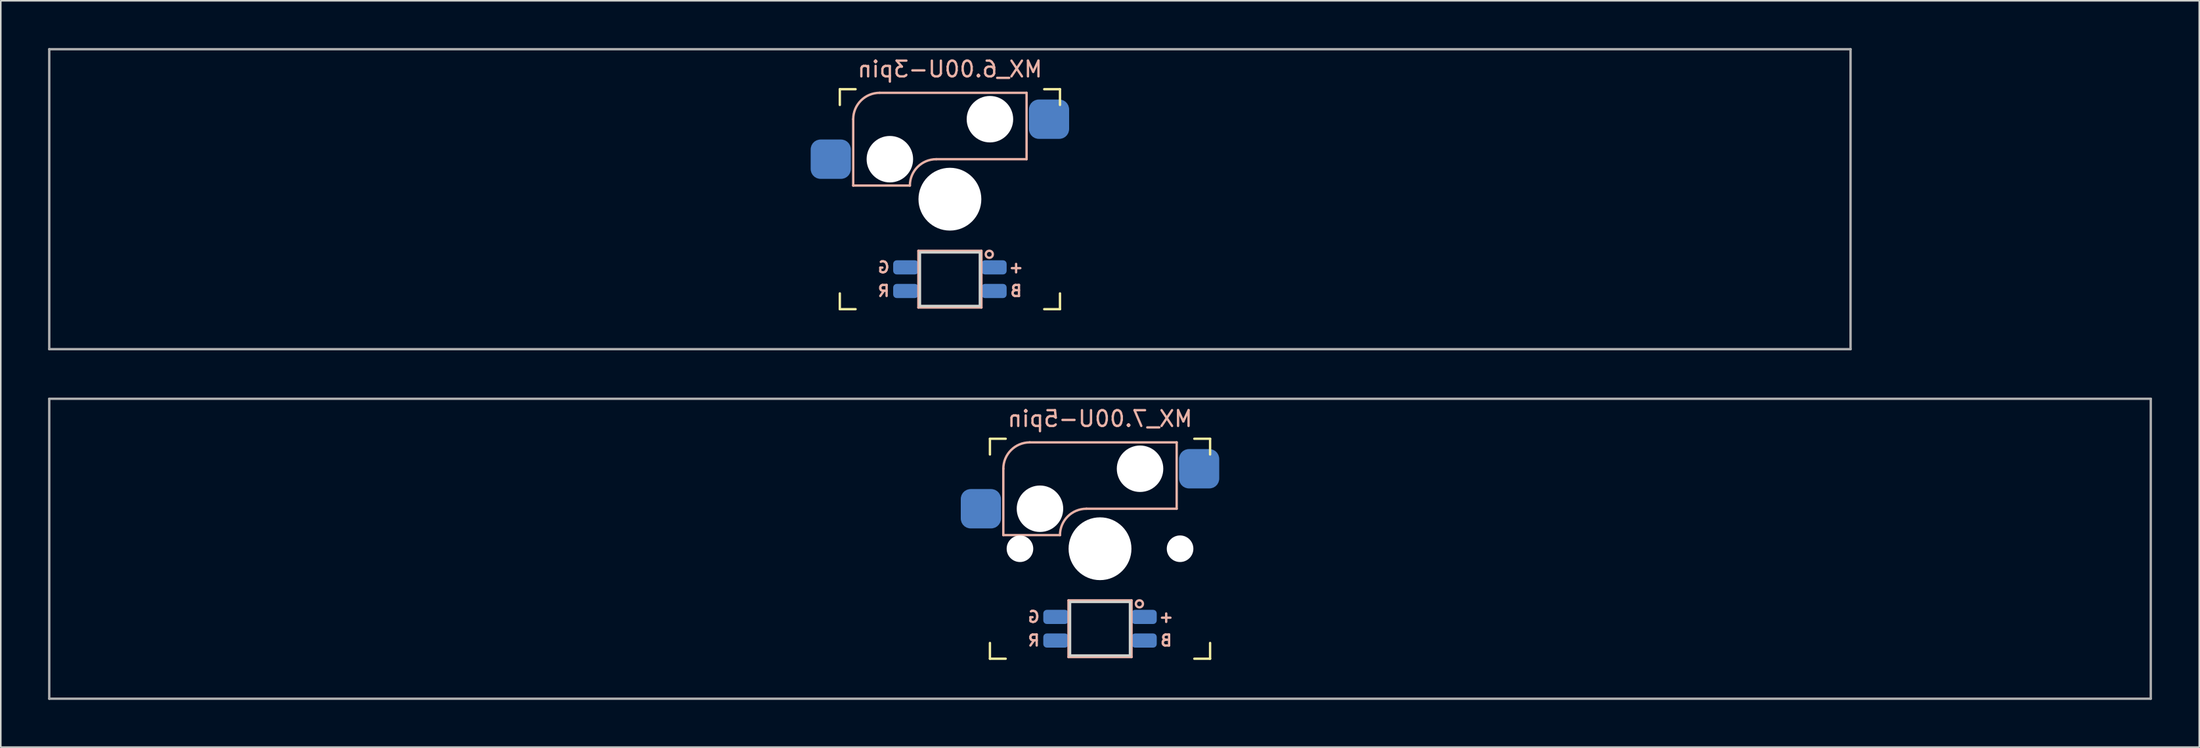
<source format=kicad_pcb>
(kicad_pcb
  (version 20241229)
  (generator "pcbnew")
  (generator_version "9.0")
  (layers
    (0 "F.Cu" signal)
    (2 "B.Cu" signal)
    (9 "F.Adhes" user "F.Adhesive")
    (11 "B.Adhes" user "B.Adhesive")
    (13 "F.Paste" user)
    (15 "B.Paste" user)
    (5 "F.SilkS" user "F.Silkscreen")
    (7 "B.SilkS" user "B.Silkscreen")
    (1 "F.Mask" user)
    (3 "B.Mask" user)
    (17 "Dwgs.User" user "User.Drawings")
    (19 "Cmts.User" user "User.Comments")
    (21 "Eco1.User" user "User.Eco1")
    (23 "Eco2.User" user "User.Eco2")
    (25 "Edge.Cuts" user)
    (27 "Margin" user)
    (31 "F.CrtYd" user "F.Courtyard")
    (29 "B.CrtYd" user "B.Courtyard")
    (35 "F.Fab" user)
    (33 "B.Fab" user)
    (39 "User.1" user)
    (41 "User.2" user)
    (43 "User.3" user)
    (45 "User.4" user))
  (footprint "MX_6.00U-3pin"
    (layer "F.Cu")
    (at 57.225 9.6)
    (property "Reference" "MX_6.00U-3pin" (at 0 -8.255 0) (layer "B.SilkS") (effects (font (size 1 1) (thickness 0.15)) (justify mirror)))
    (attr smd)
    (fp_line (start -6.985 -5.985) (end -6.985 -6.985) (stroke (width 0.15) (type solid)) (layer "F.SilkS"))
    (fp_line (start -6.985 6.985) (end -6.985 5.985) (stroke (width 0.15) (type solid)) (layer "F.SilkS"))
    (fp_line (start -6.985 6.985) (end -5.985 6.985) (stroke (width 0.15) (type solid)) (layer "F.SilkS"))
    (fp_line (start -5.985 -6.985) (end -6.985 -6.985) (stroke (width 0.15) (type solid)) (layer "F.SilkS"))
    (fp_line (start 5.985 6.985) (end 6.985 6.985) (stroke (width 0.15) (type solid)) (layer "F.SilkS"))
    (fp_line (start 6.985 -6.985) (end 5.985 -6.985) (stroke (width 0.15) (type solid)) (layer "F.SilkS"))
    (fp_line (start 6.985 -6.985) (end 6.985 -5.985) (stroke (width 0.15) (type solid)) (layer "F.SilkS"))
    (fp_line (start 6.985 5.985) (end 6.985 6.985) (stroke (width 0.15) (type solid)) (layer "F.SilkS"))
    (fp_line (start -6.135 -5.08) (end -6.135 -0.865) (stroke (width 0.15) (type solid)) (layer "B.SilkS"))
    (fp_line (start -6.135 -0.865) (end -2.54 -0.865) (stroke (width 0.15) (type solid)) (layer "B.SilkS"))
    (fp_line (start -4.46 -6.755) (end 4.865 -6.755) (stroke (width 0.15) (type solid)) (layer "B.SilkS"))
    (fp_line (start -2 3.28) (end -2 6.88) (stroke (width 0.15) (type solid)) (layer "B.SilkS"))
    (fp_line (start -2 6.88) (end 2 6.88) (stroke (width 0.15) (type solid)) (layer "B.SilkS"))
    (fp_line (start -0.865 -2.54) (end 4.865 -2.54) (stroke (width 0.15) (type solid)) (layer "B.SilkS"))
    (fp_line (start 2 3.28) (end -2 3.28) (stroke (width 0.15) (type solid)) (layer "B.SilkS"))
    (fp_line (start 2 6.88) (end 2 3.28) (stroke (width 0.15) (type solid)) (layer "B.SilkS"))
    (fp_line (start 4.865 -6.755) (end 4.865 -2.54) (stroke (width 0.15) (type solid)) (layer "B.SilkS"))
    (fp_arc (start -6.135 -5.08) (mid -5.644404 -6.264404) (end -4.46 -6.755) (stroke (width 0.15) (type solid)) (layer "B.SilkS"))
    (fp_arc (start -2.54 -0.865) (mid -2.049404 -2.049404) (end -0.865 -2.54) (stroke (width 0.15) (type solid)) (layer "B.SilkS"))
    (fp_circle (center 2.5 3.5) (end 2.724 3.5) (stroke (width 0.15) (type solid)) (fill no) (layer "B.SilkS"))
    (fp_line (start -6.985 6.985) (end -6.985 -6.985) (stroke (width 0.15) (type solid)) (layer "Eco2.User"))
    (fp_line (start -6.985 6.985) (end 6.985 6.985) (stroke (width 0.15) (type solid)) (layer "Eco2.User"))
    (fp_line (start 6.985 -6.985) (end -6.985 -6.985) (stroke (width 0.15) (type solid)) (layer "Eco2.User"))
    (fp_line (start 6.985 -6.985) (end 6.985 6.985) (stroke (width 0.15) (type solid)) (layer "Eco2.User"))
    (fp_line (start -1.9 3.38) (end -1.9 6.78) (stroke (width 0.15) (type solid)) (layer "Edge.Cuts"))
    (fp_line (start -1.9 3.38) (end 1.9 3.38) (stroke (width 0.15) (type solid)) (layer "Edge.Cuts"))
    (fp_line (start -1.9 6.78) (end 1.9 6.78) (stroke (width 0.15) (type solid)) (layer "Edge.Cuts"))
    (fp_line (start 1.9 3.38) (end 1.9 6.78) (stroke (width 0.15) (type solid)) (layer "Edge.Cuts"))
    (fp_line (start -57.15 -9.525) (end 57.15 -9.525) (stroke (width 0.15) (type solid)) (layer "F.Fab"))
    (fp_line (start -57.15 9.525) (end -57.15 -9.525) (stroke (width 0.15) (type solid)) (layer "F.Fab"))
    (fp_line (start 57.15 -9.525) (end 57.15 9.525) (stroke (width 0.15) (type solid)) (layer "F.Fab"))
    (fp_line (start 57.15 9.525) (end -57.15 9.525) (stroke (width 0.15) (type solid)) (layer "F.Fab"))
    (fp_text user "G" (at -4.2 4.33 0) (layer "B.SilkS") (effects (font (size 0.7 0.7) (thickness 0.15)) (justify mirror)))
    (fp_text user "B" (at 4.2 5.83 0) (layer "B.SilkS") (effects (font (size 0.7 0.7) (thickness 0.15)) (justify mirror)))
    (fp_text user "+" (at 4.2 4.33 0) (layer "B.SilkS") (effects (font (size 0.7 0.7) (thickness 0.15)) (justify mirror)))
    (fp_text user "R" (at -4.2 5.83 0) (layer "B.SilkS") (effects (font (size 0.7 0.7) (thickness 0.15)) (justify mirror)))
    (pad "" np_thru_hole circle (at -3.81 -2.54) (size 2.95 2.95) (drill 2.95) (layers "*.Cu" "*.Mask"))
    (pad "" np_thru_hole circle (at 0 0) (size 3.988 3.988) (drill 3.988) (layers "*.Cu" "*.Mask"))
    (pad "" np_thru_hole circle (at 2.54 -5.08) (size 2.95 2.95) (drill 2.95) (layers "*.Cu" "*.Mask"))
    (pad "1" smd roundrect (at 6.29 -5.08) (size 2.55 2.5) (layers "B.Cu" "B.Mask" "B.Paste") (roundrect_rratio 0.25))
    (pad "2" smd roundrect (at -7.56 -2.54) (size 2.55 2.5) (layers "B.Cu" "B.Mask" "B.Paste") (roundrect_rratio 0.25))
    (pad "3" smd roundrect (at 2.8 4.33) (size 1.6 0.9) (layers "B.Cu" "B.Mask" "B.Paste") (roundrect_rratio 0.25))
    (pad "4" smd roundrect (at -2.8 5.83) (size 1.6 0.9) (layers "B.Cu" "B.Mask" "B.Paste") (roundrect_rratio 0.25))
    (pad "5" smd roundrect (at -2.8 4.33) (size 1.6 0.9) (layers "B.Cu" "B.Mask" "B.Paste") (roundrect_rratio 0.25))
    (pad "6" smd roundrect (at 2.8 5.83) (size 1.6 0.9) (layers "B.Cu" "B.Mask" "B.Paste") (roundrect_rratio 0.25)))
  (footprint "MX_7.00U-5pin"
    (layer "F.Cu")
    (at 66.75 31.8)
    (property "Reference" "MX_7.00U-5pin" (at 0 -8.255 0) (layer "B.SilkS") (effects (font (size 1 1) (thickness 0.15)) (justify mirror)))
    (attr smd)
    (fp_line (start -6.985 -5.985) (end -6.985 -6.985) (stroke (width 0.15) (type solid)) (layer "F.SilkS"))
    (fp_line (start -6.985 6.985) (end -6.985 5.985) (stroke (width 0.15) (type solid)) (layer "F.SilkS"))
    (fp_line (start -6.985 6.985) (end -5.985 6.985) (stroke (width 0.15) (type solid)) (layer "F.SilkS"))
    (fp_line (start -5.985 -6.985) (end -6.985 -6.985) (stroke (width 0.15) (type solid)) (layer "F.SilkS"))
    (fp_line (start 5.985 6.985) (end 6.985 6.985) (stroke (width 0.15) (type solid)) (layer "F.SilkS"))
    (fp_line (start 6.985 -6.985) (end 5.985 -6.985) (stroke (width 0.15) (type solid)) (layer "F.SilkS"))
    (fp_line (start 6.985 -6.985) (end 6.985 -5.985) (stroke (width 0.15) (type solid)) (layer "F.SilkS"))
    (fp_line (start 6.985 5.985) (end 6.985 6.985) (stroke (width 0.15) (type solid)) (layer "F.SilkS"))
    (fp_line (start -6.135 -5.08) (end -6.135 -0.865) (stroke (width 0.15) (type solid)) (layer "B.SilkS"))
    (fp_line (start -6.135 -0.865) (end -2.54 -0.865) (stroke (width 0.15) (type solid)) (layer "B.SilkS"))
    (fp_line (start -4.46 -6.755) (end 4.865 -6.755) (stroke (width 0.15) (type solid)) (layer "B.SilkS"))
    (fp_line (start -2 3.28) (end -2 6.88) (stroke (width 0.15) (type solid)) (layer "B.SilkS"))
    (fp_line (start -2 6.88) (end 2 6.88) (stroke (width 0.15) (type solid)) (layer "B.SilkS"))
    (fp_line (start -0.865 -2.54) (end 4.865 -2.54) (stroke (width 0.15) (type solid)) (layer "B.SilkS"))
    (fp_line (start 2 3.28) (end -2 3.28) (stroke (width 0.15) (type solid)) (layer "B.SilkS"))
    (fp_line (start 2 6.88) (end 2 3.28) (stroke (width 0.15) (type solid)) (layer "B.SilkS"))
    (fp_line (start 4.865 -6.755) (end 4.865 -2.54) (stroke (width 0.15) (type solid)) (layer "B.SilkS"))
    (fp_arc (start -6.135 -5.08) (mid -5.644404 -6.264404) (end -4.46 -6.755) (stroke (width 0.15) (type solid)) (layer "B.SilkS"))
    (fp_arc (start -2.54 -0.865) (mid -2.049404 -2.049404) (end -0.865 -2.54) (stroke (width 0.15) (type solid)) (layer "B.SilkS"))
    (fp_circle (center 2.5 3.5) (end 2.724 3.5) (stroke (width 0.15) (type solid)) (fill no) (layer "B.SilkS"))
    (fp_line (start -6.985 6.985) (end -6.985 -6.985) (stroke (width 0.15) (type solid)) (layer "Eco2.User"))
    (fp_line (start -6.985 6.985) (end 6.985 6.985) (stroke (width 0.15) (type solid)) (layer "Eco2.User"))
    (fp_line (start 6.985 -6.985) (end -6.985 -6.985) (stroke (width 0.15) (type solid)) (layer "Eco2.User"))
    (fp_line (start 6.985 -6.985) (end 6.985 6.985) (stroke (width 0.15) (type solid)) (layer "Eco2.User"))
    (fp_line (start -1.9 3.38) (end -1.9 6.78) (stroke (width 0.15) (type solid)) (layer "Edge.Cuts"))
    (fp_line (start -1.9 3.38) (end 1.9 3.38) (stroke (width 0.15) (type solid)) (layer "Edge.Cuts"))
    (fp_line (start -1.9 6.78) (end 1.9 6.78) (stroke (width 0.15) (type solid)) (layer "Edge.Cuts"))
    (fp_line (start 1.9 3.38) (end 1.9 6.78) (stroke (width 0.15) (type solid)) (layer "Edge.Cuts"))
    (fp_line (start -66.675 -9.525) (end 66.675 -9.525) (stroke (width 0.15) (type solid)) (layer "F.Fab"))
    (fp_line (start -66.675 9.525) (end -66.675 -9.525) (stroke (width 0.15) (type solid)) (layer "F.Fab"))
    (fp_line (start 66.675 -9.525) (end 66.675 9.525) (stroke (width 0.15) (type solid)) (layer "F.Fab"))
    (fp_line (start 66.675 9.525) (end -66.675 9.525) (stroke (width 0.15) (type solid)) (layer "F.Fab"))
    (fp_text user "G" (at -4.2 4.33 0) (layer "B.SilkS") (effects (font (size 0.7 0.7) (thickness 0.15)) (justify mirror)))
    (fp_text user "R" (at -4.2 5.83 0) (layer "B.SilkS") (effects (font (size 0.7 0.7) (thickness 0.15)) (justify mirror)))
    (fp_text user "B" (at 4.2 5.83 0) (layer "B.SilkS") (effects (font (size 0.7 0.7) (thickness 0.15)) (justify mirror)))
    (fp_text user "+" (at 4.2 4.33 0) (layer "B.SilkS") (effects (font (size 0.7 0.7) (thickness 0.15)) (justify mirror)))
    (pad "" np_thru_hole circle (at -5.08 0) (size 1.688 1.688) (drill 1.688) (layers "*.Cu" "*.Mask"))
    (pad "" np_thru_hole circle (at -3.81 -2.54) (size 2.95 2.95) (drill 2.95) (layers "*.Cu" "*.Mask"))
    (pad "" np_thru_hole circle (at 0 0) (size 3.988 3.988) (drill 3.988) (layers "*.Cu" "*.Mask"))
    (pad "" np_thru_hole circle (at 2.54 -5.08) (size 2.95 2.95) (drill 2.95) (layers "*.Cu" "*.Mask"))
    (pad "" np_thru_hole circle (at 5.08 0) (size 1.688 1.688) (drill 1.688) (layers "*.Cu" "*.Mask"))
    (pad "1" smd roundrect (at 6.29 -5.08) (size 2.55 2.5) (layers "B.Cu" "B.Mask" "B.Paste") (roundrect_rratio 0.25))
    (pad "2" smd roundrect (at -7.56 -2.54) (size 2.55 2.5) (layers "B.Cu" "B.Mask" "B.Paste") (roundrect_rratio 0.25))
    (pad "3" smd roundrect (at 2.8 4.33) (size 1.6 0.9) (layers "B.Cu" "B.Mask" "B.Paste") (roundrect_rratio 0.25))
    (pad "4" smd roundrect (at -2.8 5.83) (size 1.6 0.9) (layers "B.Cu" "B.Mask" "B.Paste") (roundrect_rratio 0.25))
    (pad "5" smd roundrect (at -2.8 4.33) (size 1.6 0.9) (layers "B.Cu" "B.Mask" "B.Paste") (roundrect_rratio 0.25))
    (pad "6" smd roundrect (at 2.8 5.83) (size 1.6 0.9) (layers "B.Cu" "B.Mask" "B.Paste") (roundrect_rratio 0.25)))
  (gr_rect
    (start -3 -3)
    (end 136.5 44.4)
    (stroke (width 0.1) (type default))
    (fill no)
    (layer "Edge.Cuts")))
</source>
